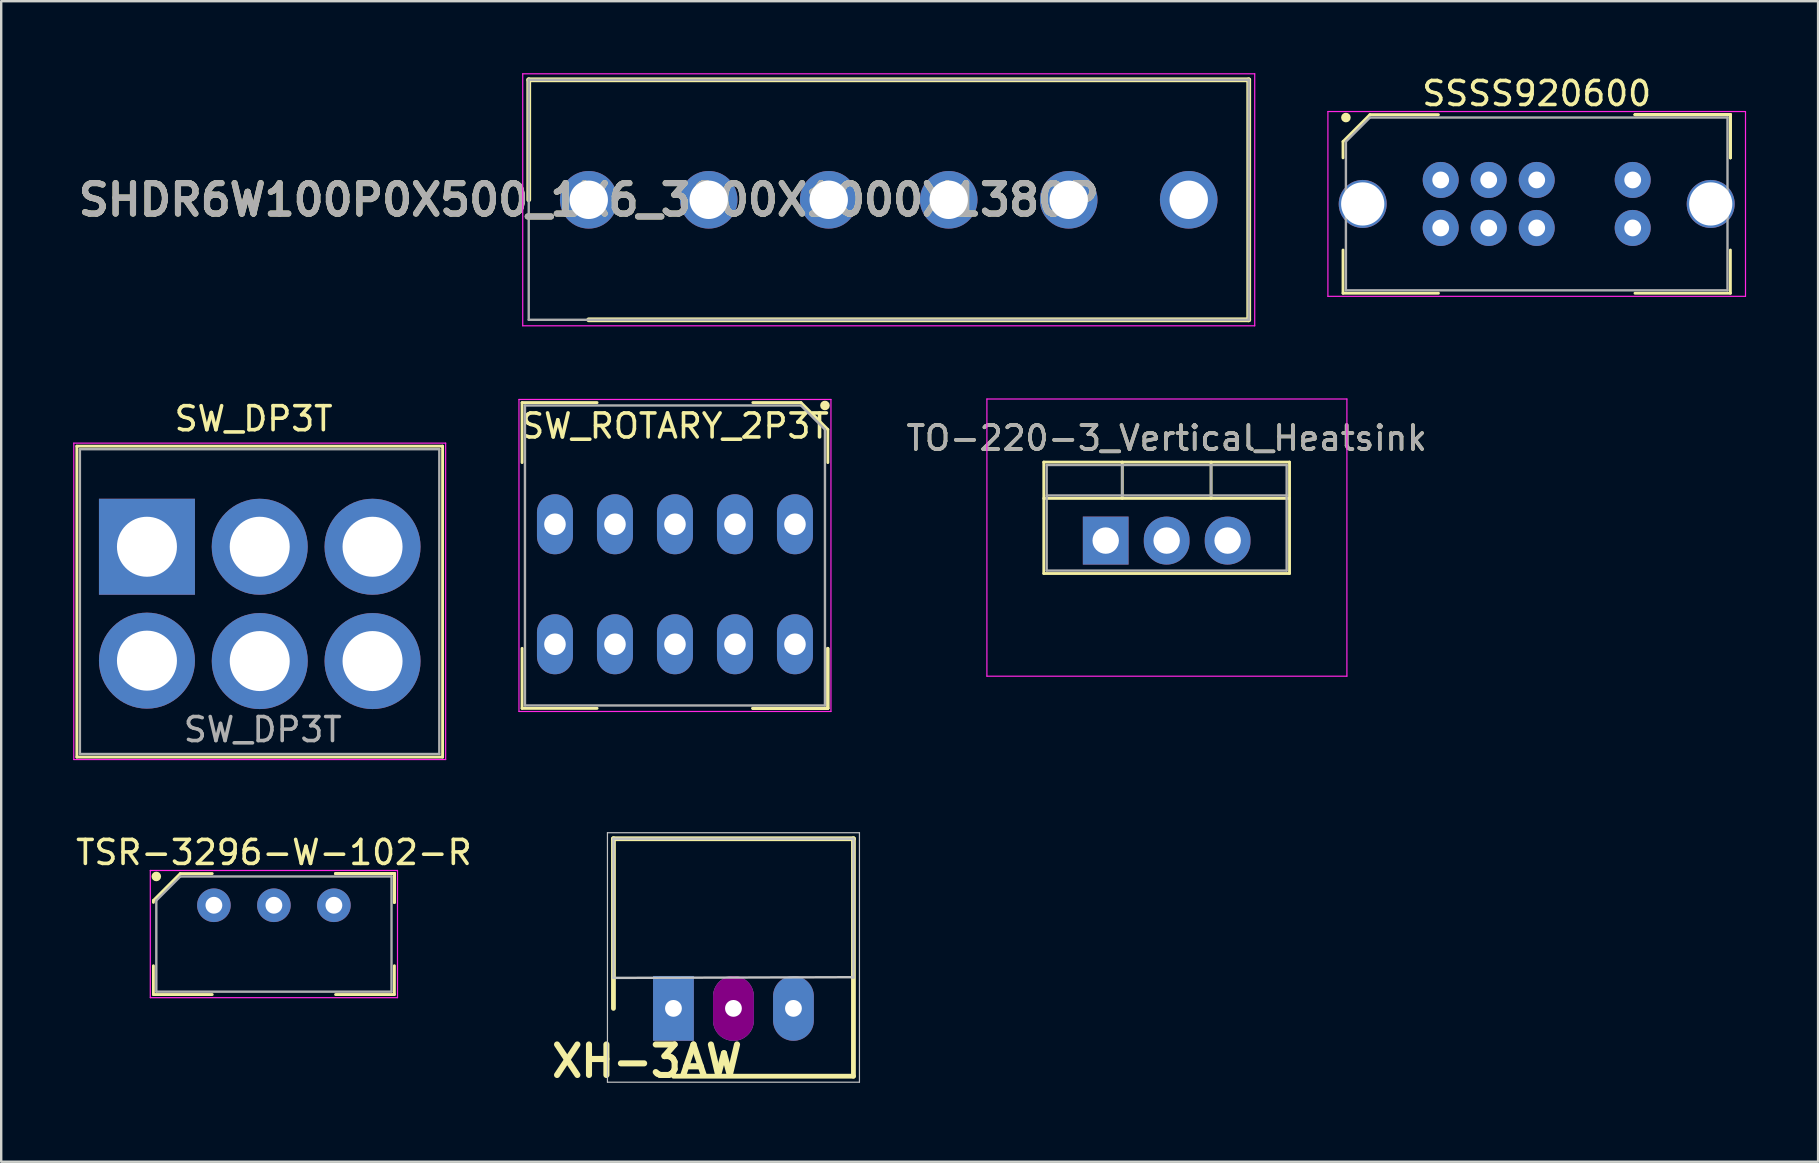
<source format=kicad_pcb>
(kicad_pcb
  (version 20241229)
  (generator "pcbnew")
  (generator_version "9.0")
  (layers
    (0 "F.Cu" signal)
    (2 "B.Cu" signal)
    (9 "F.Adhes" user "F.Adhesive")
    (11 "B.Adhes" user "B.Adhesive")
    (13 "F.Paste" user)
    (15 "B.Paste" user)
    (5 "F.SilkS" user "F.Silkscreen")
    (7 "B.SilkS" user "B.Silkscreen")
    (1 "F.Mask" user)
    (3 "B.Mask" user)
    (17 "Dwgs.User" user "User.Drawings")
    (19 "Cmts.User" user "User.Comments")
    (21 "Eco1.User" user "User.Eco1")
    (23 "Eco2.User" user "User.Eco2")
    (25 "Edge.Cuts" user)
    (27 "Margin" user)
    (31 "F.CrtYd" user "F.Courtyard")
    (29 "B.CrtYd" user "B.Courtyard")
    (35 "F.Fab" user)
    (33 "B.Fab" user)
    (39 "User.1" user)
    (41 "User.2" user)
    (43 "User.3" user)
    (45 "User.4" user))
  (footprint "SW_DP3T"
    (layer "F.Cu")
    (at 3.073 19.732)
    (property "Reference" "SW_DP3T" (at 4.445 -5.334 0) (layer "F.SilkS") (effects (font (size 1 1) (thickness 0.15))))
    (attr through_hole)
    (fp_line (start -2.921 -4.191) (end -2.921 8.763) (stroke (width 0.12) (type solid)) (layer "F.SilkS"))
    (fp_line (start -2.921 -4.191) (end 12.319 -4.191) (stroke (width 0.12) (type solid)) (layer "F.SilkS"))
    (fp_line (start 12.319 8.763) (end -2.921 8.763) (stroke (width 0.12) (type solid)) (layer "F.SilkS"))
    (fp_line (start 12.319 8.763) (end 12.319 -4.191) (stroke (width 0.12) (type solid)) (layer "F.SilkS"))
    (fp_line (start -3.048 -4.318) (end 12.446 -4.318) (stroke (width 0.05) (type solid)) (layer "F.CrtYd"))
    (fp_line (start -3.048 8.865) (end -3.048 -4.318) (stroke (width 0.05) (type solid)) (layer "F.CrtYd"))
    (fp_line (start 12.446 -4.318) (end 12.446 8.865) (stroke (width 0.05) (type solid)) (layer "F.CrtYd"))
    (fp_line (start 12.446 8.865) (end -3.048 8.865) (stroke (width 0.05) (type solid)) (layer "F.CrtYd"))
    (fp_line (start -2.794 -4.064) (end 12.182 -4.064) (stroke (width 0.1) (type solid)) (layer "F.Fab"))
    (fp_line (start -2.794 8.636) (end -2.794 -4.064) (stroke (width 0.1) (type solid)) (layer "F.Fab"))
    (fp_line (start 12.182 -4.064) (end 12.182 8.636) (stroke (width 0.1) (type solid)) (layer "F.Fab"))
    (fp_line (start 12.182 8.636) (end -2.794 8.636) (stroke (width 0.1) (type solid)) (layer "F.Fab"))
    (fp_text user "${REFERENCE}" (at 4.826 7.62 0) (layer "F.Fab") (effects (font (size 1 1) (thickness 0.15))))
    (pad "1" thru_hole rect (at 0 0) (size 4 4) (drill 2.5) (layers "*.Cu" "*.Mask"))
    (pad "2" thru_hole circle (at 4.699 0) (size 4 4) (drill 2.5) (layers "*.Cu" "*.Mask"))
    (pad "3" thru_hole circle (at 9.4 0) (size 4 4) (drill 2.5) (layers "*.Cu" "*.Mask"))
    (pad "4" thru_hole circle (at 0 4.746) (size 4 4) (drill 2.5) (layers "*.Cu" "*.Mask"))
    (pad "5" thru_hole circle (at 4.7 4.763) (size 4 4) (drill 2.5) (layers "*.Cu" "*.Mask"))
    (pad "6" thru_hole circle (at 9.4 4.763) (size 4 4) (drill 2.5) (layers "*.Cu" "*.Mask")))
  (footprint "SSSS920600"
    (layer "F.Cu")
    (at 60.981 5.448)
    (property "Reference" "SSSS920600" (at 0 -4.6 0) (layer "F.SilkS") (effects (font (size 1 1) (thickness 0.15))))
    (attr smd)
    (fp_line (start -8.07 -2.6) (end -8.07 -1.92) (stroke (width 0.12) (type solid)) (layer "F.SilkS"))
    (fp_line (start -8.07 3.72) (end -8.07 1.92) (stroke (width 0.12) (type solid)) (layer "F.SilkS"))
    (fp_line (start -6.95 -3.72) (end -8.07 -2.6) (stroke (width 0.12) (type solid)) (layer "F.SilkS"))
    (fp_line (start -4.095 -3.72) (end -6.95 -3.72) (stroke (width 0.12) (type solid)) (layer "F.SilkS"))
    (fp_line (start -4.095 3.72) (end -8.07 3.72) (stroke (width 0.12) (type solid)) (layer "F.SilkS"))
    (fp_line (start 4.095 -3.72) (end 8.07 -3.72) (stroke (width 0.12) (type solid)) (layer "F.SilkS"))
    (fp_line (start 4.095 -3.72) (end 8.07 -3.72) (stroke (width 0.12) (type solid)) (layer "F.SilkS"))
    (fp_line (start 4.095 -3.72) (end 8.07 -3.72) (stroke (width 0.12) (type solid)) (layer "F.SilkS"))
    (fp_line (start 4.095 3.72) (end 8.07 3.72) (stroke (width 0.12) (type solid)) (layer "F.SilkS"))
    (fp_line (start 8.07 -3.72) (end 8.07 -1.92) (stroke (width 0.12) (type solid)) (layer "F.SilkS"))
    (fp_line (start 8.07 -3.72) (end 8.07 -1.92) (stroke (width 0.12) (type solid)) (layer "F.SilkS"))
    (fp_line (start 8.07 -3.72) (end 8.07 -1.92) (stroke (width 0.12) (type solid)) (layer "F.SilkS"))
    (fp_line (start 8.07 3.72) (end 8.07 1.92) (stroke (width 0.12) (type solid)) (layer "F.SilkS"))
    (fp_circle (center -7.95 -3.6) (end -7.95 -3.5) (stroke (width 0.2) (type solid)) (fill no) (layer "F.SilkS"))
    (fp_line (start -8.7 -3.85) (end 8.7 -3.85) (stroke (width 0.05) (type solid)) (layer "F.CrtYd"))
    (fp_line (start -8.7 3.85) (end -8.7 -3.85) (stroke (width 0.05) (type solid)) (layer "F.CrtYd"))
    (fp_line (start 8.7 -3.85) (end 8.7 3.85) (stroke (width 0.05) (type solid)) (layer "F.CrtYd"))
    (fp_line (start 8.7 3.85) (end -8.7 3.85) (stroke (width 0.05) (type solid)) (layer "F.CrtYd"))
    (fp_line (start -7.95 -2.6) (end -7.95 3.6) (stroke (width 0.1) (type solid)) (layer "F.Fab"))
    (fp_line (start -7.95 3.6) (end 7.95 3.6) (stroke (width 0.1) (type solid)) (layer "F.Fab"))
    (fp_line (start -6.95 -3.6) (end -7.95 -2.6) (stroke (width 0.1) (type solid)) (layer "F.Fab"))
    (fp_line (start 7.95 -3.6) (end -6.95 -3.6) (stroke (width 0.1) (type solid)) (layer "F.Fab"))
    (fp_line (start 7.95 3.6) (end 7.95 -3.6) (stroke (width 0.1) (type solid)) (layer "F.Fab"))
    (pad "1" thru_hole circle (at -4 -1) (size 1.5 1.5) (drill 0.7) (layers "*.Cu" "*.Mask"))
    (pad "2" thru_hole circle (at -2 -1) (size 1.5 1.5) (drill 0.7) (layers "*.Cu" "*.Mask"))
    (pad "3" thru_hole circle (at 0 -1) (size 1.5 1.5) (drill 0.7) (layers "*.Cu" "*.Mask"))
    (pad "4" thru_hole circle (at 4 -1) (size 1.5 1.5) (drill 0.7) (layers "*.Cu" "*.Mask"))
    (pad "5" thru_hole circle (at -4 1) (size 1.5 1.5) (drill 0.7) (layers "*.Cu" "*.Mask"))
    (pad "6" thru_hole circle (at -2 1) (size 1.5 1.5) (drill 0.7) (layers "*.Cu" "*.Mask"))
    (pad "7" thru_hole circle (at 0 1) (size 1.5 1.5) (drill 0.7) (layers "*.Cu" "*.Mask"))
    (pad "8" thru_hole circle (at 4 1) (size 1.5 1.5) (drill 0.7) (layers "*.Cu" "*.Mask"))
    (pad "9" thru_hole circle (at -7.25 0) (size 2 2) (drill 1.8) (layers "*.Cu" "*.Mask"))
    (pad "10" thru_hole circle (at 7.25 0) (size 2 2) (drill 1.8) (layers "*.Cu" "*.Mask")))
  (footprint "XH-3AW"
    (layer "F.Cu")
    (at 27.511 38.967)
    (property "Reference" "XH-3AW" (at -3.6 2.2 0) (layer "F.SilkS") (effects (font (size 1.27 1.27) (thickness 0.254))))
    (attr through_hole)
    (fp_line (start -5 -7.07) (end -5 0) (stroke (width 0.2) (type solid)) (layer "F.SilkS"))
    (fp_line (start -2.5 2.825) (end 5 2.825) (stroke (width 0.2) (type solid)) (layer "F.SilkS"))
    (fp_line (start 5 -7.07) (end -5 -7.07) (stroke (width 0.2) (type solid)) (layer "F.SilkS"))
    (fp_line (start 5 2.825) (end 5 -7.07) (stroke (width 0.2) (type solid)) (layer "F.SilkS"))
    (fp_line (start -5.25 -7.32) (end 5.25 -7.32) (stroke (width 0.05) (type solid)) (layer "Dwgs.User"))
    (fp_line (start -5.25 3.075) (end -5.25 -7.32) (stroke (width 0.05) (type solid)) (layer "Dwgs.User"))
    (fp_line (start -5 -7.07) (end 5 -7.07) (stroke (width 0.1) (type solid)) (layer "Dwgs.User"))
    (fp_line (start -5 -1.27) (end -5 -7.07) (stroke (width 0.1) (type solid)) (layer "Dwgs.User"))
    (fp_line (start 5 -7.07) (end 5 -1.27) (stroke (width 0.1) (type solid)) (layer "Dwgs.User"))
    (fp_line (start 5 -1.3) (end -5 -1.27) (stroke (width 0.1) (type solid)) (layer "Dwgs.User"))
    (fp_line (start 5.25 -7.32) (end 5.25 3.075) (stroke (width 0.05) (type solid)) (layer "Dwgs.User"))
    (fp_line (start 5.25 3.075) (end -5.25 3.075) (stroke (width 0.05) (type solid)) (layer "Dwgs.User"))
    (pad "1" thru_hole rect (at -2.5 0 90) (size 2.7 1.7) (drill 0.7) (layers "*.Cu" "*.Mask"))
    (pad "2" thru_hole oval (at 0 0 90) (size 2.7 1.7) (drill 0.7) (layers "*.Cu" "*.Mask" "F.Adhes"))
    (pad "3" thru_hole oval (at 2.5 0 90) (size 2.7 1.7) (drill 0.7) (layers "*.Cu" "*.Mask")))
  (footprint "TO-220-3_Vertical_Heatsink"
    (layer "F.Cu")
    (at 45.572 19.475)
    (property "Reference" "TO-220-3_Vertical_Heatsink" (at -0.01 -4.27 0) (layer "F.SilkS") (effects (font (size 1 1) (thickness 0.15))))
    (attr through_hole)
    (fp_line (start -5.13 -3.27) (end -5.13 1.371) (stroke (width 0.12) (type solid)) (layer "F.SilkS"))
    (fp_line (start -5.13 -3.27) (end 5.11 -3.27) (stroke (width 0.12) (type solid)) (layer "F.SilkS"))
    (fp_line (start -5.13 -1.76) (end 5.11 -1.76) (stroke (width 0.12) (type solid)) (layer "F.SilkS"))
    (fp_line (start -5.13 1.371) (end 5.11 1.371) (stroke (width 0.12) (type solid)) (layer "F.SilkS"))
    (fp_line (start -1.86 -3.27) (end -1.86 -1.76) (stroke (width 0.12) (type solid)) (layer "F.SilkS"))
    (fp_line (start 1.841 -3.27) (end 1.841 -1.76) (stroke (width 0.12) (type solid)) (layer "F.SilkS"))
    (fp_line (start 5.11 -3.27) (end 5.11 1.371) (stroke (width 0.12) (type solid)) (layer "F.SilkS"))
    (fp_line (start -7.5 -5.9) (end -7.5 5.65) (stroke (width 0.05) (type solid)) (layer "F.CrtYd"))
    (fp_line (start -7.5 5.65) (end 7.5 5.65) (stroke (width 0.05) (type solid)) (layer "F.CrtYd"))
    (fp_line (start 7.5 -5.9) (end -7.5 -5.9) (stroke (width 0.05) (type solid)) (layer "F.CrtYd"))
    (fp_line (start 7.5 5.65) (end 7.5 -5.9) (stroke (width 0.05) (type solid)) (layer "F.CrtYd"))
    (fp_line (start -5.01 -3.15) (end -5.01 1.25) (stroke (width 0.1) (type solid)) (layer "F.Fab"))
    (fp_line (start -5.01 -1.88) (end 4.99 -1.88) (stroke (width 0.1) (type solid)) (layer "F.Fab"))
    (fp_line (start -5.01 1.25) (end 4.99 1.25) (stroke (width 0.1) (type solid)) (layer "F.Fab"))
    (fp_line (start -1.86 -3.15) (end -1.86 -1.88) (stroke (width 0.1) (type solid)) (layer "F.Fab"))
    (fp_line (start 1.84 -3.15) (end 1.84 -1.88) (stroke (width 0.1) (type solid)) (layer "F.Fab"))
    (fp_line (start 4.99 -3.15) (end -5.01 -3.15) (stroke (width 0.1) (type solid)) (layer "F.Fab"))
    (fp_line (start 4.99 1.25) (end 4.99 -3.15) (stroke (width 0.1) (type solid)) (layer "F.Fab"))
    (fp_text user "${REFERENCE}" (at -0.01 -4.27 0) (layer "F.Fab") (effects (font (size 1 1) (thickness 0.15))))
    (pad "1" thru_hole rect (at -2.55 0) (size 1.905 2) (drill 1.1) (layers "*.Cu" "*.Mask"))
    (pad "2" thru_hole oval (at -0.01 0) (size 1.905 2) (drill 1.1) (layers "*.Cu" "*.Mask"))
    (pad "3" thru_hole oval (at 2.53 0) (size 1.905 2) (drill 1.1) (layers "*.Cu" "*.Mask")))
  (footprint "TSR-3296-W-102-R"
    (layer "F.Cu")
    (at 8.363 35.87)
    (property "Reference" "TSR-3296-W-102-R" (at 0 -3.4 0) (layer "F.SilkS") (effects (font (size 1 1) (thickness 0.15))))
    (attr smd)
    (fp_line (start -5.02 -1.4) (end -5.02 -1.32) (stroke (width 0.12) (type solid)) (layer "F.SilkS"))
    (fp_line (start -5.02 2.52) (end -5.02 1.32) (stroke (width 0.12) (type solid)) (layer "F.SilkS"))
    (fp_line (start -3.9 -2.52) (end -5.02 -1.4) (stroke (width 0.12) (type solid)) (layer "F.SilkS"))
    (fp_line (start -2.57 -2.52) (end -3.9 -2.52) (stroke (width 0.12) (type solid)) (layer "F.SilkS"))
    (fp_line (start -2.57 2.52) (end -5.02 2.52) (stroke (width 0.12) (type solid)) (layer "F.SilkS"))
    (fp_line (start 2.57 -2.52) (end 5.02 -2.52) (stroke (width 0.12) (type solid)) (layer "F.SilkS"))
    (fp_line (start 2.57 -2.52) (end 5.02 -2.52) (stroke (width 0.12) (type solid)) (layer "F.SilkS"))
    (fp_line (start 2.57 -2.52) (end 5.02 -2.52) (stroke (width 0.12) (type solid)) (layer "F.SilkS"))
    (fp_line (start 2.57 2.52) (end 5.02 2.52) (stroke (width 0.12) (type solid)) (layer "F.SilkS"))
    (fp_line (start 5.02 -2.52) (end 5.02 -1.32) (stroke (width 0.12) (type solid)) (layer "F.SilkS"))
    (fp_line (start 5.02 -2.52) (end 5.02 -1.32) (stroke (width 0.12) (type solid)) (layer "F.SilkS"))
    (fp_line (start 5.02 -2.52) (end 5.02 -1.32) (stroke (width 0.12) (type solid)) (layer "F.SilkS"))
    (fp_line (start 5.02 2.52) (end 5.02 1.32) (stroke (width 0.12) (type solid)) (layer "F.SilkS"))
    (fp_circle (center -4.9 -2.4) (end -4.9 -2.3) (stroke (width 0.2) (type solid)) (fill no) (layer "F.SilkS"))
    (fp_line (start -5.15 -2.65) (end 5.15 -2.65) (stroke (width 0.05) (type solid)) (layer "F.CrtYd"))
    (fp_line (start -5.15 2.65) (end -5.15 -2.65) (stroke (width 0.05) (type solid)) (layer "F.CrtYd"))
    (fp_line (start 5.15 -2.65) (end 5.15 2.65) (stroke (width 0.05) (type solid)) (layer "F.CrtYd"))
    (fp_line (start 5.15 2.65) (end -5.15 2.65) (stroke (width 0.05) (type solid)) (layer "F.CrtYd"))
    (fp_line (start -4.9 -1.4) (end -4.9 2.4) (stroke (width 0.1) (type solid)) (layer "F.Fab"))
    (fp_line (start -4.9 2.4) (end 4.9 2.4) (stroke (width 0.1) (type solid)) (layer "F.Fab"))
    (fp_line (start -3.9 -2.4) (end -4.9 -1.4) (stroke (width 0.1) (type solid)) (layer "F.Fab"))
    (fp_line (start 4.9 -2.4) (end -3.9 -2.4) (stroke (width 0.1) (type solid)) (layer "F.Fab"))
    (fp_line (start 4.9 2.4) (end 4.9 -2.4) (stroke (width 0.1) (type solid)) (layer "F.Fab"))
    (pad "1" thru_hole circle (at -2.5 -1.2) (size 1.4 1.4) (drill 0.7) (layers "*.Cu" "*.Mask"))
    (pad "2" thru_hole circle (at 0 -1.2) (size 1.4 1.4) (drill 0.7) (layers "*.Cu" "*.Mask"))
    (pad "3" thru_hole circle (at 2.5 -1.2) (size 1.4 1.4) (drill 0.7) (layers "*.Cu" "*.Mask")))
  (footprint "SW_ROTARY_2P3T"
    (layer "F.Cu")
    (at 25.074 13.8)
    (property "Reference" "SW_ROTARY_2P3T" (at 0 0.9 0) (layer "F.SilkS") (effects (font (size 1 1) (thickness 0.15))))
    (attr smd)
    (fp_line (start -6.37 -0.075) (end -3.245 -0.075) (stroke (width 0.12) (type solid)) (layer "F.SilkS"))
    (fp_line (start -6.37 2.425) (end -6.37 -0.075) (stroke (width 0.12) (type solid)) (layer "F.SilkS"))
    (fp_line (start -6.37 10.165) (end -6.37 12.665) (stroke (width 0.12) (type solid)) (layer "F.SilkS"))
    (fp_line (start -6.37 12.665) (end -3.245 12.665) (stroke (width 0.12) (type solid)) (layer "F.SilkS"))
    (fp_line (start 5.25 -0.075) (end 3.245 -0.075) (stroke (width 0.12) (type solid)) (layer "F.SilkS"))
    (fp_line (start 6.37 1.045) (end 5.25 -0.075) (stroke (width 0.12) (type solid)) (layer "F.SilkS"))
    (fp_line (start 6.37 2.425) (end 6.37 1.045) (stroke (width 0.12) (type solid)) (layer "F.SilkS"))
    (fp_line (start 6.37 10.165) (end 6.37 12.665) (stroke (width 0.12) (type solid)) (layer "F.SilkS"))
    (fp_line (start 6.37 10.165) (end 6.37 12.665) (stroke (width 0.12) (type solid)) (layer "F.SilkS"))
    (fp_line (start 6.37 10.165) (end 6.37 12.665) (stroke (width 0.12) (type solid)) (layer "F.SilkS"))
    (fp_line (start 6.37 12.665) (end 3.245 12.665) (stroke (width 0.12) (type solid)) (layer "F.SilkS"))
    (fp_line (start 6.37 12.665) (end 3.245 12.665) (stroke (width 0.12) (type solid)) (layer "F.SilkS"))
    (fp_line (start 6.37 12.665) (end 3.245 12.665) (stroke (width 0.12) (type solid)) (layer "F.SilkS"))
    (fp_circle (center 6.25 0.045) (end 6.15 0.045) (stroke (width 0.2) (type solid)) (fill no) (layer "F.SilkS"))
    (fp_line (start -6.5 -0.205) (end 6.5 -0.205) (stroke (width 0.05) (type solid)) (layer "F.CrtYd"))
    (fp_line (start -6.5 12.795) (end -6.5 -0.205) (stroke (width 0.05) (type solid)) (layer "F.CrtYd"))
    (fp_line (start 6.5 -0.205) (end 6.5 12.795) (stroke (width 0.05) (type solid)) (layer "F.CrtYd"))
    (fp_line (start 6.5 12.795) (end -6.5 12.795) (stroke (width 0.05) (type solid)) (layer "F.CrtYd"))
    (fp_line (start -6.25 0.045) (end -6.25 12.545) (stroke (width 0.1) (type solid)) (layer "F.Fab"))
    (fp_line (start -6.25 12.545) (end 6.25 12.545) (stroke (width 0.1) (type solid)) (layer "F.Fab"))
    (fp_line (start 5.25 0.045) (end -6.25 0.045) (stroke (width 0.1) (type solid)) (layer "F.Fab"))
    (fp_line (start 6.25 1.045) (end 5.25 0.045) (stroke (width 0.1) (type solid)) (layer "F.Fab"))
    (fp_line (start 6.25 12.545) (end 6.25 1.045) (stroke (width 0.1) (type solid)) (layer "F.Fab"))
    (pad "1" thru_hole oval (at -5 4.995 270) (size 2.5 1.5) (drill 0.9) (layers "*.Cu" "*.Mask"))
    (pad "2" thru_hole oval (at -2.5 4.995 270) (size 2.5 1.5) (drill 0.9) (layers "*.Cu" "*.Mask"))
    (pad "3" thru_hole oval (at 0 4.995 270) (size 2.5 1.5) (drill 0.9) (layers "*.Cu" "*.Mask"))
    (pad "4" thru_hole oval (at 2.5 4.995 270) (size 2.5 1.5) (drill 0.9) (layers "*.Cu" "*.Mask"))
    (pad "5" thru_hole oval (at 5 4.995 270) (size 2.5 1.5) (drill 0.9) (layers "*.Cu" "*.Mask"))
    (pad "6" thru_hole oval (at -5 9.995 270) (size 2.5 1.5) (drill 0.9) (layers "*.Cu" "*.Mask"))
    (pad "7" thru_hole oval (at -2.5 9.995 270) (size 2.5 1.5) (drill 0.9) (layers "*.Cu" "*.Mask"))
    (pad "8" thru_hole oval (at 0 9.995 270) (size 2.5 1.5) (drill 0.9) (layers "*.Cu" "*.Mask"))
    (pad "9" thru_hole oval (at 2.5 9.995 270) (size 2.5 1.5) (drill 0.9) (layers "*.Cu" "*.Mask"))
    (pad "10" thru_hole oval (at 5 9.995 270) (size 2.5 1.5) (drill 0.9) (layers "*.Cu" "*.Mask")))
  (footprint "SHDR6W100P0X500_1X6_3000X1000X1380P"
    (layer "F.Cu")
    (at 21.481 5.275)
    (property "Reference" "SHDR6W100P0X500_1X6_3000X1000X1380P" (at 0 0 0) (layer "F.SilkS") (effects (font (size 1.27 1.27) (thickness 0.254))))
    (attr through_hole)
    (fp_line (start -2.5 -5) (end -2.5 0) (stroke (width 0.2) (type solid)) (layer "F.SilkS"))
    (fp_line (start 0 5) (end 27.5 5) (stroke (width 0.2) (type solid)) (layer "F.SilkS"))
    (fp_line (start 27.5 -5) (end -2.5 -5) (stroke (width 0.2) (type solid)) (layer "F.SilkS"))
    (fp_line (start 27.5 5) (end 27.5 -5) (stroke (width 0.2) (type solid)) (layer "F.SilkS"))
    (fp_line (start -2.75 -5.25) (end 27.75 -5.25) (stroke (width 0.05) (type solid)) (layer "F.CrtYd"))
    (fp_line (start -2.75 5.25) (end -2.75 -5.25) (stroke (width 0.05) (type solid)) (layer "F.CrtYd"))
    (fp_line (start 27.75 -5.25) (end 27.75 5.25) (stroke (width 0.05) (type solid)) (layer "F.CrtYd"))
    (fp_line (start 27.75 5.25) (end -2.75 5.25) (stroke (width 0.05) (type solid)) (layer "F.CrtYd"))
    (fp_line (start -2.5 -5) (end 27.5 -5) (stroke (width 0.1) (type solid)) (layer "F.Fab"))
    (fp_line (start -2.5 5) (end -2.5 -5) (stroke (width 0.1) (type solid)) (layer "F.Fab"))
    (fp_line (start 27.5 -5) (end 27.5 5) (stroke (width 0.1) (type solid)) (layer "F.Fab"))
    (fp_line (start 27.5 5) (end -2.5 5) (stroke (width 0.1) (type solid)) (layer "F.Fab"))
    (fp_text user "${REFERENCE}" (at 0 0 0) (layer "F.Fab") (effects (font (size 1.27 1.27) (thickness 0.254))))
    (pad "1" thru_hole circle (at 0 0) (size 2.4 2.4) (drill 1.6) (layers "*.Cu" "*.Mask"))
    (pad "2" thru_hole circle (at 5 0) (size 2.4 2.4) (drill 1.6) (layers "*.Cu" "*.Mask"))
    (pad "3" thru_hole circle (at 10 0) (size 2.4 2.4) (drill 1.6) (layers "*.Cu" "*.Mask"))
    (pad "4" thru_hole circle (at 15 0) (size 2.4 2.4) (drill 1.6) (layers "*.Cu" "*.Mask"))
    (pad "5" thru_hole circle (at 20 0) (size 2.4 2.4) (drill 1.6) (layers "*.Cu" "*.Mask"))
    (pad "6" thru_hole circle (at 25 0) (size 2.4 2.4) (drill 1.6) (layers "*.Cu" "*.Mask")))
  (gr_rect
    (start -3 -3)
    (end 72.706 45.356)
    (stroke (width 0.1) (type default))
    (fill no)
    (layer "Edge.Cuts")))
</source>
